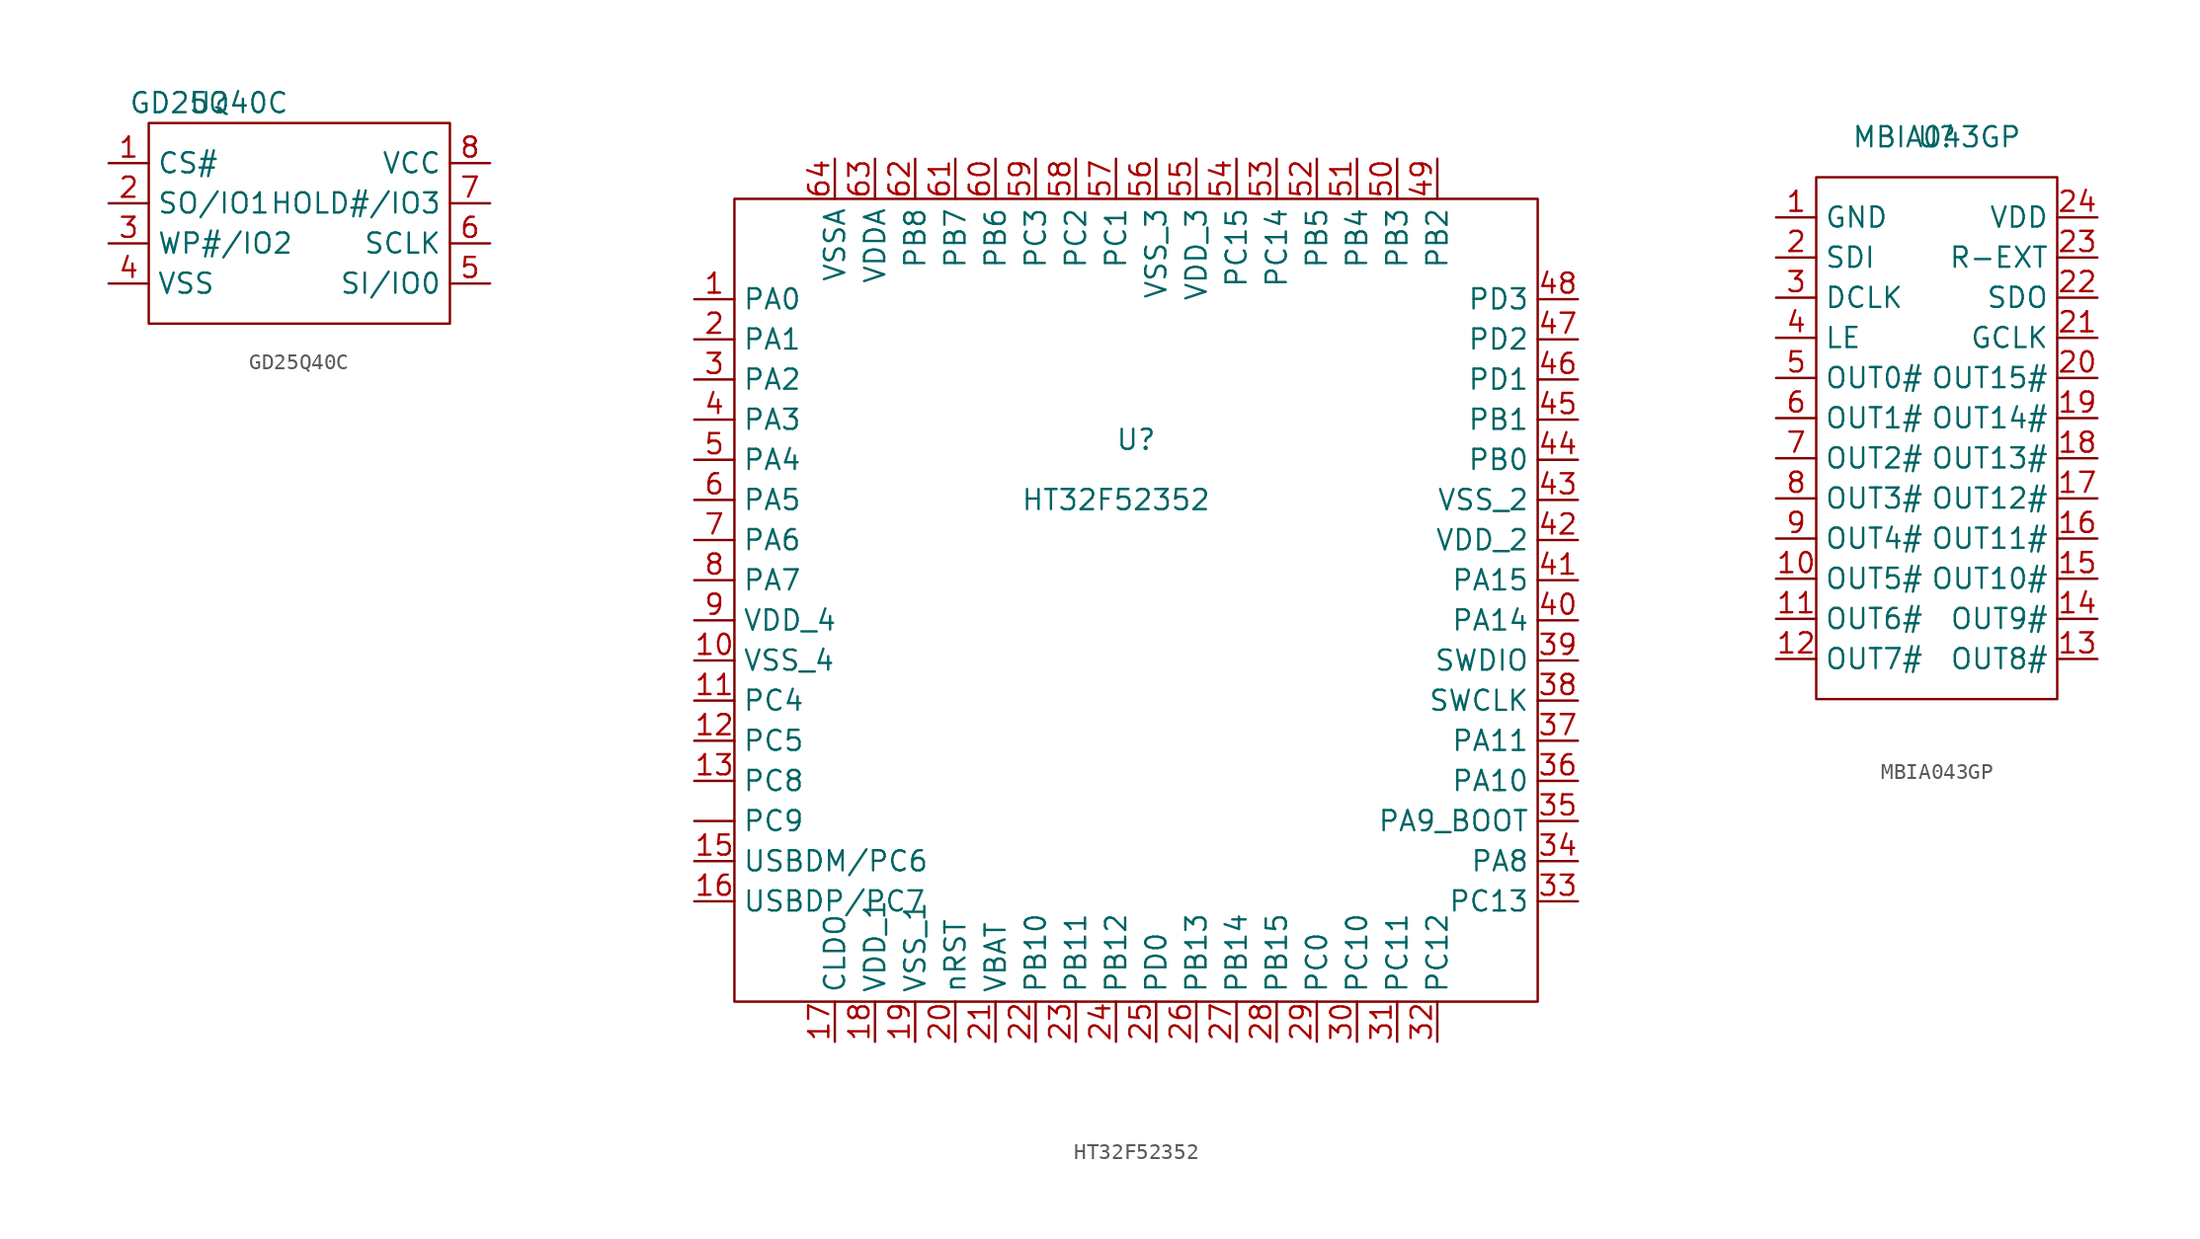
<source format=kicad_sym>
(kicad_symbol_lib
  (version 20211014)
  (generator kicad_symbol_editor)
  (symbol "GD25Q40C"
    (property "Reference" "U"
      (at 0 0 0)
      (effects (font (size 1.27 1.27))))
    (property "Value" "GD25Q40C"
      (at 0 0 0)
      (effects (font (size 1.27 1.27))))
    (symbol "GD25Q40C_0_1"
      (rectangle (start -3.81 -1.27) (end 15.24 -13.97) (stroke (width 0) (type default) (color 0 0 0 0)) (fill (type none))))
    (symbol "GD25Q40C_1_1"
      (pin bidirectional line (at -6.35 -3.81 0) (length 2.54) (name "CS#" (effects (font (size 1.27 1.27)))) (number "1" (effects (font (size 1.27 1.27)))))
      (pin bidirectional line (at -6.35 -6.35 0) (length 2.54) (name "SO/IO1" (effects (font (size 1.27 1.27)))) (number "2" (effects (font (size 1.27 1.27)))))
      (pin bidirectional line (at -6.35 -8.89 0) (length 2.54) (name "WP#/IO2" (effects (font (size 1.27 1.27)))) (number "3" (effects (font (size 1.27 1.27)))))
      (pin power_in line (at -6.35 -11.43 0) (length 2.54) (name "VSS" (effects (font (size 1.27 1.27)))) (number "4" (effects (font (size 1.27 1.27)))))
      (pin bidirectional line (at 17.78 -11.43 180) (length 2.54) (name "SI/IO0" (effects (font (size 1.27 1.27)))) (number "5" (effects (font (size 1.27 1.27)))))
      (pin bidirectional line (at 17.78 -8.89 180) (length 2.54) (name "SCLK" (effects (font (size 1.27 1.27)))) (number "6" (effects (font (size 1.27 1.27)))))
      (pin bidirectional line (at 17.78 -6.35 180) (length 2.54) (name "HOLD#/IO3" (effects (font (size 1.27 1.27)))) (number "7" (effects (font (size 1.27 1.27)))))
      (pin power_in line (at 17.78 -3.81 180) (length 2.54) (name "VCC" (effects (font (size 1.27 1.27)))) (number "8" (effects (font (size 1.27 1.27)))))))
  (symbol "HT32F52352"
    (property "Reference" "U"
      (at 16.51 -13.97 0)
      (effects (font (size 1.27 1.27))))
    (property "Value" "HT32F52352"
      (at 15.24 -17.78 0)
      (effects (font (size 1.27 1.27))))
    (symbol "HT32F52352_0_1"
      (rectangle (start -8.89 1.27) (end 41.91 -49.53) (stroke (width 0) (type default) (color 0 0 0 0)) (fill (type none))))
    (symbol "HT32F52352_1_1"
      (pin bidirectional line (at -11.43 -38.1 0) (length 2.54) (name "PC9" (effects (font (size 1.27 1.27)))) (number "" (effects (font (size 1.27 1.27)))))
      (pin bidirectional line (at -11.43 -5.08 0) (length 2.54) (name "PA0" (effects (font (size 1.27 1.27)))) (number "1" (effects (font (size 1.27 1.27)))))
      (pin power_in line (at -11.43 -27.94 0) (length 2.54) (name "VSS_4" (effects (font (size 1.27 1.27)))) (number "10" (effects (font (size 1.27 1.27)))))
      (pin bidirectional line (at -11.43 -30.48 0) (length 2.54) (name "PC4" (effects (font (size 1.27 1.27)))) (number "11" (effects (font (size 1.27 1.27)))))
      (pin bidirectional line (at -11.43 -33.02 0) (length 2.54) (name "PC5" (effects (font (size 1.27 1.27)))) (number "12" (effects (font (size 1.27 1.27)))))
      (pin bidirectional line (at -11.43 -35.56 0) (length 2.54) (name "PC8" (effects (font (size 1.27 1.27)))) (number "13" (effects (font (size 1.27 1.27)))))
      (pin bidirectional line (at -11.43 -40.64 0) (length 2.54) (name "USBDM/PC6" (effects (font (size 1.27 1.27)))) (number "15" (effects (font (size 1.27 1.27)))))
      (pin bidirectional line (at -11.43 -43.18 0) (length 2.54) (name "USBDP/PC7" (effects (font (size 1.27 1.27)))) (number "16" (effects (font (size 1.27 1.27)))))
      (pin bidirectional line (at -2.54 -52.07 90) (length 2.54) (name "CLDO" (effects (font (size 1.27 1.27)))) (number "17" (effects (font (size 1.27 1.27)))))
      (pin power_in line (at 0 -52.07 90) (length 2.54) (name "VDD_1" (effects (font (size 1.27 1.27)))) (number "18" (effects (font (size 1.27 1.27)))))
      (pin power_in line (at 2.54 -52.07 90) (length 2.54) (name "VSS_1" (effects (font (size 1.27 1.27)))) (number "19" (effects (font (size 1.27 1.27)))))
      (pin bidirectional line (at -11.43 -7.62 0) (length 2.54) (name "PA1" (effects (font (size 1.27 1.27)))) (number "2" (effects (font (size 1.27 1.27)))))
      (pin input line (at 5.08 -52.07 90) (length 2.54) (name "nRST" (effects (font (size 1.27 1.27)))) (number "20" (effects (font (size 1.27 1.27)))))
      (pin power_in line (at 7.62 -52.07 90) (length 2.54) (name "VBAT" (effects (font (size 1.27 1.27)))) (number "21" (effects (font (size 1.27 1.27)))))
      (pin bidirectional line (at 10.16 -52.07 90) (length 2.54) (name "PB10" (effects (font (size 1.27 1.27)))) (number "22" (effects (font (size 1.27 1.27)))))
      (pin bidirectional line (at 12.7 -52.07 90) (length 2.54) (name "PB11" (effects (font (size 1.27 1.27)))) (number "23" (effects (font (size 1.27 1.27)))))
      (pin bidirectional line (at 15.24 -52.07 90) (length 2.54) (name "PB12" (effects (font (size 1.27 1.27)))) (number "24" (effects (font (size 1.27 1.27)))))
      (pin bidirectional line (at 17.78 -52.07 90) (length 2.54) (name "PD0" (effects (font (size 1.27 1.27)))) (number "25" (effects (font (size 1.27 1.27)))))
      (pin bidirectional line (at 20.32 -52.07 90) (length 2.54) (name "PB13" (effects (font (size 1.27 1.27)))) (number "26" (effects (font (size 1.27 1.27)))))
      (pin bidirectional line (at 22.86 -52.07 90) (length 2.54) (name "PB14" (effects (font (size 1.27 1.27)))) (number "27" (effects (font (size 1.27 1.27)))))
      (pin bidirectional line (at 25.4 -52.07 90) (length 2.54) (name "PB15" (effects (font (size 1.27 1.27)))) (number "28" (effects (font (size 1.27 1.27)))))
      (pin bidirectional line (at 27.94 -52.07 90) (length 2.54) (name "PC0" (effects (font (size 1.27 1.27)))) (number "29" (effects (font (size 1.27 1.27)))))
      (pin bidirectional line (at -11.43 -10.16 0) (length 2.54) (name "PA2" (effects (font (size 1.27 1.27)))) (number "3" (effects (font (size 1.27 1.27)))))
      (pin bidirectional line (at 30.48 -52.07 90) (length 2.54) (name "PC10" (effects (font (size 1.27 1.27)))) (number "30" (effects (font (size 1.27 1.27)))))
      (pin bidirectional line (at 33.02 -52.07 90) (length 2.54) (name "PC11" (effects (font (size 1.27 1.27)))) (number "31" (effects (font (size 1.27 1.27)))))
      (pin bidirectional line (at 35.56 -52.07 90) (length 2.54) (name "PC12" (effects (font (size 1.27 1.27)))) (number "32" (effects (font (size 1.27 1.27)))))
      (pin bidirectional line (at 44.45 -43.18 180) (length 2.54) (name "PC13" (effects (font (size 1.27 1.27)))) (number "33" (effects (font (size 1.27 1.27)))))
      (pin bidirectional line (at 44.45 -40.64 180) (length 2.54) (name "PA8" (effects (font (size 1.27 1.27)))) (number "34" (effects (font (size 1.27 1.27)))))
      (pin bidirectional line (at 44.45 -38.1 180) (length 2.54) (name "PA9_BOOT" (effects (font (size 1.27 1.27)))) (number "35" (effects (font (size 1.27 1.27)))))
      (pin bidirectional line (at 44.45 -35.56 180) (length 2.54) (name "PA10" (effects (font (size 1.27 1.27)))) (number "36" (effects (font (size 1.27 1.27)))))
      (pin bidirectional line (at 44.45 -33.02 180) (length 2.54) (name "PA11" (effects (font (size 1.27 1.27)))) (number "37" (effects (font (size 1.27 1.27)))))
      (pin bidirectional line (at 44.45 -30.48 180) (length 2.54) (name "SWCLK" (effects (font (size 1.27 1.27)))) (number "38" (effects (font (size 1.27 1.27)))))
      (pin bidirectional line (at 44.45 -27.94 180) (length 2.54) (name "SWDIO" (effects (font (size 1.27 1.27)))) (number "39" (effects (font (size 1.27 1.27)))))
      (pin bidirectional line (at -11.43 -12.7 0) (length 2.54) (name "PA3" (effects (font (size 1.27 1.27)))) (number "4" (effects (font (size 1.27 1.27)))))
      (pin bidirectional line (at 44.45 -25.4 180) (length 2.54) (name "PA14" (effects (font (size 1.27 1.27)))) (number "40" (effects (font (size 1.27 1.27)))))
      (pin bidirectional line (at 44.45 -22.86 180) (length 2.54) (name "PA15" (effects (font (size 1.27 1.27)))) (number "41" (effects (font (size 1.27 1.27)))))
      (pin power_in line (at 44.45 -20.32 180) (length 2.54) (name "VDD_2" (effects (font (size 1.27 1.27)))) (number "42" (effects (font (size 1.27 1.27)))))
      (pin power_in line (at 44.45 -17.78 180) (length 2.54) (name "VSS_2" (effects (font (size 1.27 1.27)))) (number "43" (effects (font (size 1.27 1.27)))))
      (pin bidirectional line (at 44.45 -15.24 180) (length 2.54) (name "PB0" (effects (font (size 1.27 1.27)))) (number "44" (effects (font (size 1.27 1.27)))))
      (pin bidirectional line (at 44.45 -12.7 180) (length 2.54) (name "PB1" (effects (font (size 1.27 1.27)))) (number "45" (effects (font (size 1.27 1.27)))))
      (pin bidirectional line (at 44.45 -10.16 180) (length 2.54) (name "PD1" (effects (font (size 1.27 1.27)))) (number "46" (effects (font (size 1.27 1.27)))))
      (pin bidirectional line (at 44.45 -7.62 180) (length 2.54) (name "PD2" (effects (font (size 1.27 1.27)))) (number "47" (effects (font (size 1.27 1.27)))))
      (pin bidirectional line (at 44.45 -5.08 180) (length 2.54) (name "PD3" (effects (font (size 1.27 1.27)))) (number "48" (effects (font (size 1.27 1.27)))))
      (pin bidirectional line (at 35.56 3.81 270) (length 2.54) (name "PB2" (effects (font (size 1.27 1.27)))) (number "49" (effects (font (size 1.27 1.27)))))
      (pin bidirectional line (at -11.43 -15.24 0) (length 2.54) (name "PA4" (effects (font (size 1.27 1.27)))) (number "5" (effects (font (size 1.27 1.27)))))
      (pin bidirectional line (at 33.02 3.81 270) (length 2.54) (name "PB3" (effects (font (size 1.27 1.27)))) (number "50" (effects (font (size 1.27 1.27)))))
      (pin bidirectional line (at 30.48 3.81 270) (length 2.54) (name "PB4" (effects (font (size 1.27 1.27)))) (number "51" (effects (font (size 1.27 1.27)))))
      (pin bidirectional line (at 27.94 3.81 270) (length 2.54) (name "PB5" (effects (font (size 1.27 1.27)))) (number "52" (effects (font (size 1.27 1.27)))))
      (pin bidirectional line (at 25.4 3.81 270) (length 2.54) (name "PC14" (effects (font (size 1.27 1.27)))) (number "53" (effects (font (size 1.27 1.27)))))
      (pin bidirectional line (at 22.86 3.81 270) (length 2.54) (name "PC15" (effects (font (size 1.27 1.27)))) (number "54" (effects (font (size 1.27 1.27)))))
      (pin power_in line (at 20.32 3.81 270) (length 2.54) (name "VDD_3" (effects (font (size 1.27 1.27)))) (number "55" (effects (font (size 1.27 1.27)))))
      (pin power_in line (at 17.78 3.81 270) (length 2.54) (name "VSS_3" (effects (font (size 1.27 1.27)))) (number "56" (effects (font (size 1.27 1.27)))))
      (pin bidirectional line (at 15.24 3.81 270) (length 2.54) (name "PC1" (effects (font (size 1.27 1.27)))) (number "57" (effects (font (size 1.27 1.27)))))
      (pin bidirectional line (at 12.7 3.81 270) (length 2.54) (name "PC2" (effects (font (size 1.27 1.27)))) (number "58" (effects (font (size 1.27 1.27)))))
      (pin bidirectional line (at 10.16 3.81 270) (length 2.54) (name "PC3" (effects (font (size 1.27 1.27)))) (number "59" (effects (font (size 1.27 1.27)))))
      (pin bidirectional line (at -11.43 -17.78 0) (length 2.54) (name "PA5" (effects (font (size 1.27 1.27)))) (number "6" (effects (font (size 1.27 1.27)))))
      (pin bidirectional line (at 7.62 3.81 270) (length 2.54) (name "PB6" (effects (font (size 1.27 1.27)))) (number "60" (effects (font (size 1.27 1.27)))))
      (pin bidirectional line (at 5.08 3.81 270) (length 2.54) (name "PB7" (effects (font (size 1.27 1.27)))) (number "61" (effects (font (size 1.27 1.27)))))
      (pin bidirectional line (at 2.54 3.81 270) (length 2.54) (name "PB8" (effects (font (size 1.27 1.27)))) (number "62" (effects (font (size 1.27 1.27)))))
      (pin power_in line (at 0 3.81 270) (length 2.54) (name "VDDA" (effects (font (size 1.27 1.27)))) (number "63" (effects (font (size 1.27 1.27)))))
      (pin power_in line (at -2.54 3.81 270) (length 2.54) (name "VSSA" (effects (font (size 1.27 1.27)))) (number "64" (effects (font (size 1.27 1.27)))))
      (pin bidirectional line (at -11.43 -20.32 0) (length 2.54) (name "PA6" (effects (font (size 1.27 1.27)))) (number "7" (effects (font (size 1.27 1.27)))))
      (pin bidirectional line (at -11.43 -22.86 0) (length 2.54) (name "PA7" (effects (font (size 1.27 1.27)))) (number "8" (effects (font (size 1.27 1.27)))))
      (pin power_in line (at -11.43 -25.4 0) (length 2.54) (name "VDD_4" (effects (font (size 1.27 1.27)))) (number "9" (effects (font (size 1.27 1.27)))))))
  (symbol "MBIA043GP"
    (property "Reference" "U"
      (at 0 0 0)
      (effects (font (size 1.27 1.27))))
    (property "Value" "MBIA043GP"
      (at 0 0 0)
      (effects (font (size 1.27 1.27))))
    (symbol "MBIA043GP_0_1"
      (rectangle (start -7.62 -2.54) (end 7.62 -35.56) (stroke (width 0) (type default) (color 0 0 0 0)) (fill (type none))))
    (symbol "MBIA043GP_1_1"
      (pin power_in line (at -10.16 -5.08 0) (length 2.54) (name "GND" (effects (font (size 1.27 1.27)))) (number "1" (effects (font (size 1.27 1.27)))))
      (pin bidirectional line (at -10.16 -27.94 0) (length 2.54) (name "OUT5#" (effects (font (size 1.27 1.27)))) (number "10" (effects (font (size 1.27 1.27)))))
      (pin bidirectional line (at -10.16 -30.48 0) (length 2.54) (name "OUT6#" (effects (font (size 1.27 1.27)))) (number "11" (effects (font (size 1.27 1.27)))))
      (pin bidirectional line (at -10.16 -33.02 0) (length 2.54) (name "OUT7#" (effects (font (size 1.27 1.27)))) (number "12" (effects (font (size 1.27 1.27)))))
      (pin bidirectional line (at 10.16 -33.02 180) (length 2.54) (name "OUT8#" (effects (font (size 1.27 1.27)))) (number "13" (effects (font (size 1.27 1.27)))))
      (pin bidirectional line (at 10.16 -30.48 180) (length 2.54) (name "OUT9#" (effects (font (size 1.27 1.27)))) (number "14" (effects (font (size 1.27 1.27)))))
      (pin bidirectional line (at 10.16 -27.94 180) (length 2.54) (name "OUT10#" (effects (font (size 1.27 1.27)))) (number "15" (effects (font (size 1.27 1.27)))))
      (pin bidirectional line (at 10.16 -25.4 180) (length 2.54) (name "OUT11#" (effects (font (size 1.27 1.27)))) (number "16" (effects (font (size 1.27 1.27)))))
      (pin bidirectional line (at 10.16 -22.86 180) (length 2.54) (name "OUT12#" (effects (font (size 1.27 1.27)))) (number "17" (effects (font (size 1.27 1.27)))))
      (pin bidirectional line (at 10.16 -20.32 180) (length 2.54) (name "OUT13#" (effects (font (size 1.27 1.27)))) (number "18" (effects (font (size 1.27 1.27)))))
      (pin bidirectional line (at 10.16 -17.78 180) (length 2.54) (name "OUT14#" (effects (font (size 1.27 1.27)))) (number "19" (effects (font (size 1.27 1.27)))))
      (pin bidirectional line (at -10.16 -7.62 0) (length 2.54) (name "SDI" (effects (font (size 1.27 1.27)))) (number "2" (effects (font (size 1.27 1.27)))))
      (pin bidirectional line (at 10.16 -15.24 180) (length 2.54) (name "OUT15#" (effects (font (size 1.27 1.27)))) (number "20" (effects (font (size 1.27 1.27)))))
      (pin bidirectional line (at 10.16 -12.7 180) (length 2.54) (name "GCLK" (effects (font (size 1.27 1.27)))) (number "21" (effects (font (size 1.27 1.27)))))
      (pin bidirectional line (at 10.16 -10.16 180) (length 2.54) (name "SDO" (effects (font (size 1.27 1.27)))) (number "22" (effects (font (size 1.27 1.27)))))
      (pin bidirectional line (at 10.16 -7.62 180) (length 2.54) (name "R-EXT" (effects (font (size 1.27 1.27)))) (number "23" (effects (font (size 1.27 1.27)))))
      (pin power_in line (at 10.16 -5.08 180) (length 2.54) (name "VDD" (effects (font (size 1.27 1.27)))) (number "24" (effects (font (size 1.27 1.27)))))
      (pin bidirectional line (at -10.16 -10.16 0) (length 2.54) (name "DCLK" (effects (font (size 1.27 1.27)))) (number "3" (effects (font (size 1.27 1.27)))))
      (pin bidirectional line (at -10.16 -12.7 0) (length 2.54) (name "LE" (effects (font (size 1.27 1.27)))) (number "4" (effects (font (size 1.27 1.27)))))
      (pin bidirectional line (at -10.16 -15.24 0) (length 2.54) (name "OUT0#" (effects (font (size 1.27 1.27)))) (number "5" (effects (font (size 1.27 1.27)))))
      (pin bidirectional line (at -10.16 -17.78 0) (length 2.54) (name "OUT1#" (effects (font (size 1.27 1.27)))) (number "6" (effects (font (size 1.27 1.27)))))
      (pin bidirectional line (at -10.16 -20.32 0) (length 2.54) (name "OUT2#" (effects (font (size 1.27 1.27)))) (number "7" (effects (font (size 1.27 1.27)))))
      (pin bidirectional line (at -10.16 -22.86 0) (length 2.54) (name "OUT3#" (effects (font (size 1.27 1.27)))) (number "8" (effects (font (size 1.27 1.27)))))
      (pin bidirectional line (at -10.16 -25.4 0) (length 2.54) (name "OUT4#" (effects (font (size 1.27 1.27)))) (number "9" (effects (font (size 1.27 1.27))))))))
</source>
